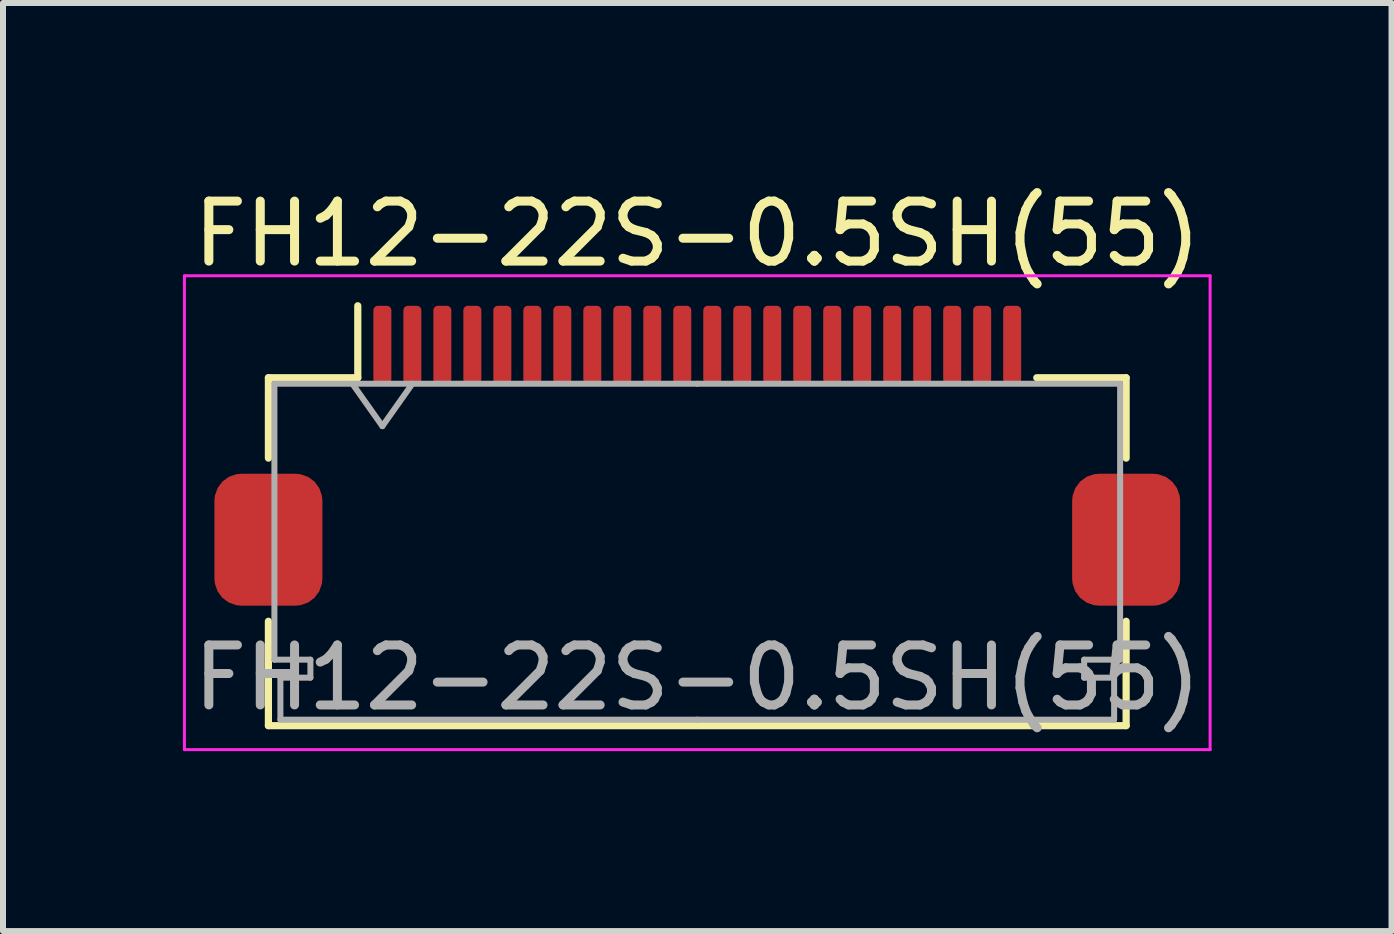
<source format=kicad_pcb>
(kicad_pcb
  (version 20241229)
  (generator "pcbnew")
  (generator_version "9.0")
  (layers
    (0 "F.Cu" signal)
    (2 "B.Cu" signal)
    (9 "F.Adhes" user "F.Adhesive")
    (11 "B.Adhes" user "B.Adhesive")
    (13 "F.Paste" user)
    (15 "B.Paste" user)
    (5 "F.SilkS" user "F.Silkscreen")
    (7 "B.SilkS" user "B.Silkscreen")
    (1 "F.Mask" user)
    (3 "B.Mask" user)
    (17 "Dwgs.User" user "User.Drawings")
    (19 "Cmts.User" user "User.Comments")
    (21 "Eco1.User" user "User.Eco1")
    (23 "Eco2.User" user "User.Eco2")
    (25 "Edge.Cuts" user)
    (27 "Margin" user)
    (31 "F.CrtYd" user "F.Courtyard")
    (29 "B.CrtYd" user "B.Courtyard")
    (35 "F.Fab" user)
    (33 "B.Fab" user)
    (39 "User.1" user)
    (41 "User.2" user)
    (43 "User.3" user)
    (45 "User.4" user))
  (footprint "FH12-22S-0.5SH(55)"
    (layer "F.Cu")
    (at 8.575 4.548)
    (property "Reference" "FH12-22S-0.5SH(55)" (at 0 -3.7 0) (layer "F.SilkS") (effects (font (size 1 1) (thickness 0.15))))
    (attr smd)
    (fp_line (start -7.15 -1.3) (end -7.15 0.04) (stroke (width 0.12) (type solid)) (layer "F.SilkS"))
    (fp_line (start -7.15 2.76) (end -7.15 4.5) (stroke (width 0.12) (type solid)) (layer "F.SilkS"))
    (fp_line (start -7.15 4.5) (end 7.15 4.5) (stroke (width 0.12) (type solid)) (layer "F.SilkS"))
    (fp_line (start -5.66 -1.3) (end -7.15 -1.3) (stroke (width 0.12) (type solid)) (layer "F.SilkS"))
    (fp_line (start -5.66 -1.3) (end -5.66 -2.5) (stroke (width 0.12) (type solid)) (layer "F.SilkS"))
    (fp_line (start 5.66 -1.3) (end 7.15 -1.3) (stroke (width 0.12) (type solid)) (layer "F.SilkS"))
    (fp_line (start 7.15 -1.3) (end 7.15 0.04) (stroke (width 0.12) (type solid)) (layer "F.SilkS"))
    (fp_line (start 7.15 4.5) (end 7.15 2.76) (stroke (width 0.12) (type solid)) (layer "F.SilkS"))
    (fp_line (start -8.55 -3) (end -8.55 4.9) (stroke (width 0.05) (type solid)) (layer "F.CrtYd"))
    (fp_line (start -8.55 4.9) (end 8.55 4.9) (stroke (width 0.05) (type solid)) (layer "F.CrtYd"))
    (fp_line (start 8.55 -3) (end -8.55 -3) (stroke (width 0.05) (type solid)) (layer "F.CrtYd"))
    (fp_line (start 8.55 4.9) (end 8.55 -3) (stroke (width 0.05) (type solid)) (layer "F.CrtYd"))
    (fp_line (start -7.05 -1.2) (end -7.05 3.4) (stroke (width 0.1) (type solid)) (layer "F.Fab"))
    (fp_line (start -7.05 3.4) (end -6.45 3.4) (stroke (width 0.1) (type solid)) (layer "F.Fab"))
    (fp_line (start -6.95 3.7) (end -6.95 4.4) (stroke (width 0.1) (type solid)) (layer "F.Fab"))
    (fp_line (start -6.95 4.4) (end 0 4.4) (stroke (width 0.1) (type solid)) (layer "F.Fab"))
    (fp_line (start -6.45 3.4) (end -6.45 3.7) (stroke (width 0.1) (type solid)) (layer "F.Fab"))
    (fp_line (start -6.45 3.7) (end -6.95 3.7) (stroke (width 0.1) (type solid)) (layer "F.Fab"))
    (fp_line (start -5.75 -1.2) (end -5.25 -0.493) (stroke (width 0.1) (type solid)) (layer "F.Fab"))
    (fp_line (start -5.25 -0.493) (end -4.75 -1.2) (stroke (width 0.1) (type solid)) (layer "F.Fab"))
    (fp_line (start 0 -1.2) (end -7.05 -1.2) (stroke (width 0.1) (type solid)) (layer "F.Fab"))
    (fp_line (start 0 -1.2) (end 7.05 -1.2) (stroke (width 0.1) (type solid)) (layer "F.Fab"))
    (fp_line (start 6.45 3.4) (end 6.45 3.7) (stroke (width 0.1) (type solid)) (layer "F.Fab"))
    (fp_line (start 6.45 3.7) (end 6.95 3.7) (stroke (width 0.1) (type solid)) (layer "F.Fab"))
    (fp_line (start 6.95 3.7) (end 6.95 4.4) (stroke (width 0.1) (type solid)) (layer "F.Fab"))
    (fp_line (start 6.95 4.4) (end 0 4.4) (stroke (width 0.1) (type solid)) (layer "F.Fab"))
    (fp_line (start 7.05 -1.2) (end 7.05 3.4) (stroke (width 0.1) (type solid)) (layer "F.Fab"))
    (fp_line (start 7.05 3.4) (end 6.45 3.4) (stroke (width 0.1) (type solid)) (layer "F.Fab"))
    (fp_text user "${REFERENCE}" (at 0 3.7 0) (layer "F.Fab") (effects (font (size 1 1) (thickness 0.15))))
    (pad "" smd roundrect (at -7.15 1.4) (size 1.8 2.2) (layers "F.Cu" "F.Mask" "F.Paste") (roundrect_rratio 0.25))
    (pad "" smd roundrect (at 7.15 1.4) (size 1.8 2.2) (layers "F.Cu" "F.Mask" "F.Paste") (roundrect_rratio 0.25))
    (pad "1" smd roundrect (at -5.25 -1.85) (size 0.3 1.3) (layers "F.Cu" "F.Mask" "F.Paste") (roundrect_rratio 0.25))
    (pad "2" smd roundrect (at -4.75 -1.85) (size 0.3 1.3) (layers "F.Cu" "F.Mask" "F.Paste") (roundrect_rratio 0.25))
    (pad "3" smd roundrect (at -4.25 -1.85) (size 0.3 1.3) (layers "F.Cu" "F.Mask" "F.Paste") (roundrect_rratio 0.25))
    (pad "4" smd roundrect (at -3.75 -1.85) (size 0.3 1.3) (layers "F.Cu" "F.Mask" "F.Paste") (roundrect_rratio 0.25))
    (pad "5" smd roundrect (at -3.25 -1.85) (size 0.3 1.3) (layers "F.Cu" "F.Mask" "F.Paste") (roundrect_rratio 0.25))
    (pad "6" smd roundrect (at -2.75 -1.85) (size 0.3 1.3) (layers "F.Cu" "F.Mask" "F.Paste") (roundrect_rratio 0.25))
    (pad "7" smd roundrect (at -2.25 -1.85) (size 0.3 1.3) (layers "F.Cu" "F.Mask" "F.Paste") (roundrect_rratio 0.25))
    (pad "8" smd roundrect (at -1.75 -1.85) (size 0.3 1.3) (layers "F.Cu" "F.Mask" "F.Paste") (roundrect_rratio 0.25))
    (pad "9" smd roundrect (at -1.25 -1.85) (size 0.3 1.3) (layers "F.Cu" "F.Mask" "F.Paste") (roundrect_rratio 0.25))
    (pad "10" smd roundrect (at -0.75 -1.85) (size 0.3 1.3) (layers "F.Cu" "F.Mask" "F.Paste") (roundrect_rratio 0.25))
    (pad "11" smd roundrect (at -0.25 -1.85) (size 0.3 1.3) (layers "F.Cu" "F.Mask" "F.Paste") (roundrect_rratio 0.25))
    (pad "12" smd roundrect (at 0.25 -1.85) (size 0.3 1.3) (layers "F.Cu" "F.Mask" "F.Paste") (roundrect_rratio 0.25))
    (pad "13" smd roundrect (at 0.75 -1.85) (size 0.3 1.3) (layers "F.Cu" "F.Mask" "F.Paste") (roundrect_rratio 0.25))
    (pad "14" smd roundrect (at 1.25 -1.85) (size 0.3 1.3) (layers "F.Cu" "F.Mask" "F.Paste") (roundrect_rratio 0.25))
    (pad "15" smd roundrect (at 1.75 -1.85) (size 0.3 1.3) (layers "F.Cu" "F.Mask" "F.Paste") (roundrect_rratio 0.25))
    (pad "16" smd roundrect (at 2.25 -1.85) (size 0.3 1.3) (layers "F.Cu" "F.Mask" "F.Paste") (roundrect_rratio 0.25))
    (pad "17" smd roundrect (at 2.75 -1.85) (size 0.3 1.3) (layers "F.Cu" "F.Mask" "F.Paste") (roundrect_rratio 0.25))
    (pad "18" smd roundrect (at 3.25 -1.85) (size 0.3 1.3) (layers "F.Cu" "F.Mask" "F.Paste") (roundrect_rratio 0.25))
    (pad "19" smd roundrect (at 3.75 -1.85) (size 0.3 1.3) (layers "F.Cu" "F.Mask" "F.Paste") (roundrect_rratio 0.25))
    (pad "20" smd roundrect (at 4.25 -1.85) (size 0.3 1.3) (layers "F.Cu" "F.Mask" "F.Paste") (roundrect_rratio 0.25))
    (pad "21" smd roundrect (at 4.75 -1.85) (size 0.3 1.3) (layers "F.Cu" "F.Mask" "F.Paste") (roundrect_rratio 0.25))
    (pad "22" smd roundrect (at 5.25 -1.85) (size 0.3 1.3) (layers "F.Cu" "F.Mask" "F.Paste") (roundrect_rratio 0.25)))
  (gr_rect
    (start -3 -3)
    (end 20.15 12.473)
    (stroke (width 0.1) (type default))
    (fill no)
    (layer "Edge.Cuts")))
</source>
